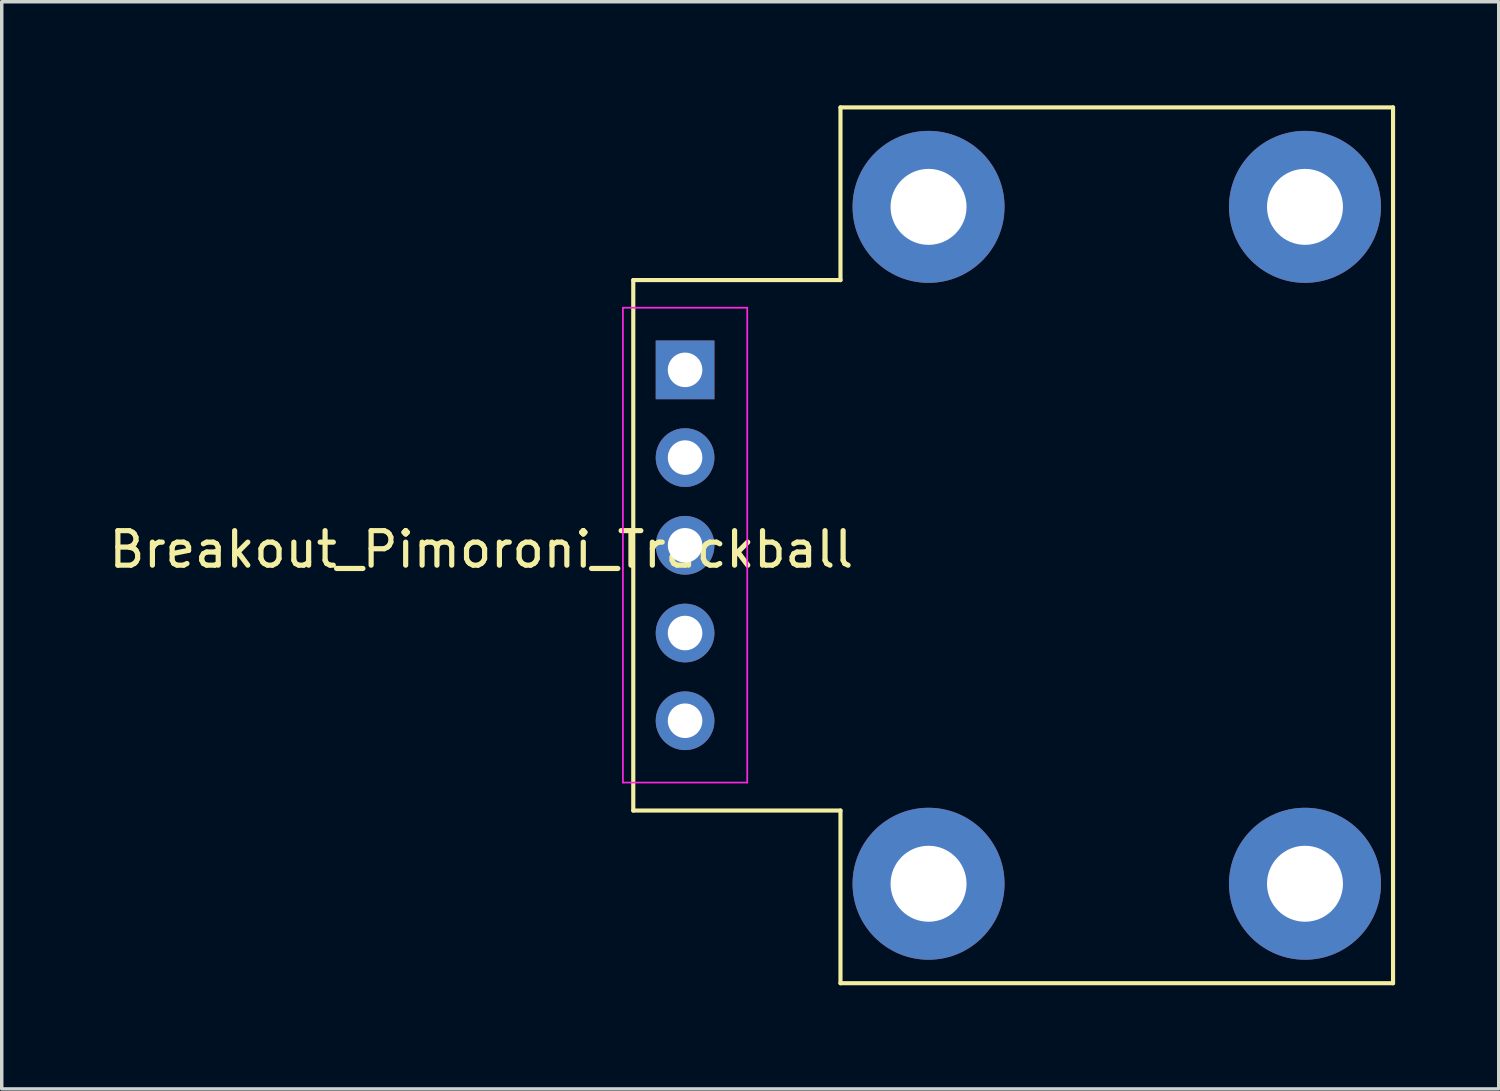
<source format=kicad_pcb>
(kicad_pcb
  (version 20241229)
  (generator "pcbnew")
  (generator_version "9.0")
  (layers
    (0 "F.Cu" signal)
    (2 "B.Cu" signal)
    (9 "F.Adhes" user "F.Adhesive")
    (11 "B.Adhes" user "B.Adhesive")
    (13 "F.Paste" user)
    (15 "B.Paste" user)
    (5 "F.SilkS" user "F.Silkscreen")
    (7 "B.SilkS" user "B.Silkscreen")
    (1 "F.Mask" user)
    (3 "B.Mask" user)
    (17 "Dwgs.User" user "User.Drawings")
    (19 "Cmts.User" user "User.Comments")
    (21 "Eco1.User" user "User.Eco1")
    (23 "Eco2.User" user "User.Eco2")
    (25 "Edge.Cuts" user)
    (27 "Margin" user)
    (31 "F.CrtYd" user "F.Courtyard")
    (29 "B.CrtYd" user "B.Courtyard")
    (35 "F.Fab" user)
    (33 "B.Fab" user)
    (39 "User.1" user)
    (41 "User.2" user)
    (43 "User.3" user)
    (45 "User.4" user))
  (footprint "Breakout_Pimoroni_Trackball"
    (layer "F.Cu")
    (at 29.287 12.74)
    (property "Reference" "Breakout_Pimoroni_Trackball" (at -18.4 0.12 0) (layer "F.SilkS") (effects (font (size 1 1) (thickness 0.15))))
    (attr through_hole)
    (fp_line (start -14 -7.68) (end -14 7.68) (stroke (width 0.12) (type solid)) (layer "F.SilkS"))
    (fp_line (start -14 -7.68) (end -8 -7.68) (stroke (width 0.12) (type solid)) (layer "F.SilkS"))
    (fp_line (start -14 7.68) (end -8 7.68) (stroke (width 0.12) (type solid)) (layer "F.SilkS"))
    (fp_line (start -8 -12.68) (end 8 -12.68) (stroke (width 0.12) (type solid)) (layer "F.SilkS"))
    (fp_line (start -8 -7.68) (end -8 -12.68) (stroke (width 0.12) (type solid)) (layer "F.SilkS"))
    (fp_line (start -8 7.68) (end -8 12.68) (stroke (width 0.12) (type solid)) (layer "F.SilkS"))
    (fp_line (start 8 12.68) (end -8 12.68) (stroke (width 0.12) (type solid)) (layer "F.SilkS"))
    (fp_line (start 8 12.68) (end 8 -12.68) (stroke (width 0.12) (type solid)) (layer "F.SilkS"))
    (fp_line (start -14.3 -6.88) (end -14.3 6.87) (stroke (width 0.05) (type solid)) (layer "F.CrtYd"))
    (fp_line (start -14.3 6.87) (end -10.7 6.87) (stroke (width 0.05) (type solid)) (layer "F.CrtYd"))
    (fp_line (start -10.7 -6.88) (end -14.3 -6.88) (stroke (width 0.05) (type solid)) (layer "F.CrtYd"))
    (fp_line (start -10.7 6.87) (end -10.7 -6.88) (stroke (width 0.05) (type solid)) (layer "F.CrtYd"))
    (pad "" thru_hole circle (at -5.45 -9.8 180) (size 4.4 4.4) (drill 2.2) (layers "*.Cu" "*.Mask"))
    (pad "" thru_hole circle (at -5.45 9.8) (size 4.4 4.4) (drill 2.2) (layers "*.Cu" "*.Mask"))
    (pad "" thru_hole circle (at 5.45 -9.8 180) (size 4.4 4.4) (drill 2.2) (layers "*.Cu" "*.Mask"))
    (pad "" thru_hole circle (at 5.45 9.8) (size 4.4 4.4) (drill 2.2) (layers "*.Cu" "*.Mask"))
    (pad "1" thru_hole rect (at -12.5 -5.08) (size 1.7 1.7) (drill 1) (layers "*.Cu" "*.Mask"))
    (pad "2" thru_hole oval (at -12.5 -2.54) (size 1.7 1.7) (drill 1) (layers "*.Cu" "*.Mask"))
    (pad "3" thru_hole oval (at -12.5 0) (size 1.7 1.7) (drill 1) (layers "*.Cu" "*.Mask"))
    (pad "4" thru_hole oval (at -12.5 2.54) (size 1.7 1.7) (drill 1) (layers "*.Cu" "*.Mask"))
    (pad "5" thru_hole oval (at -12.5 5.08) (size 1.7 1.7) (drill 1) (layers "*.Cu" "*.Mask")))
  (gr_rect
    (start -3 -3)
    (end 40.347 28.48)
    (stroke (width 0.1) (type default))
    (fill no)
    (layer "Edge.Cuts")))
</source>
